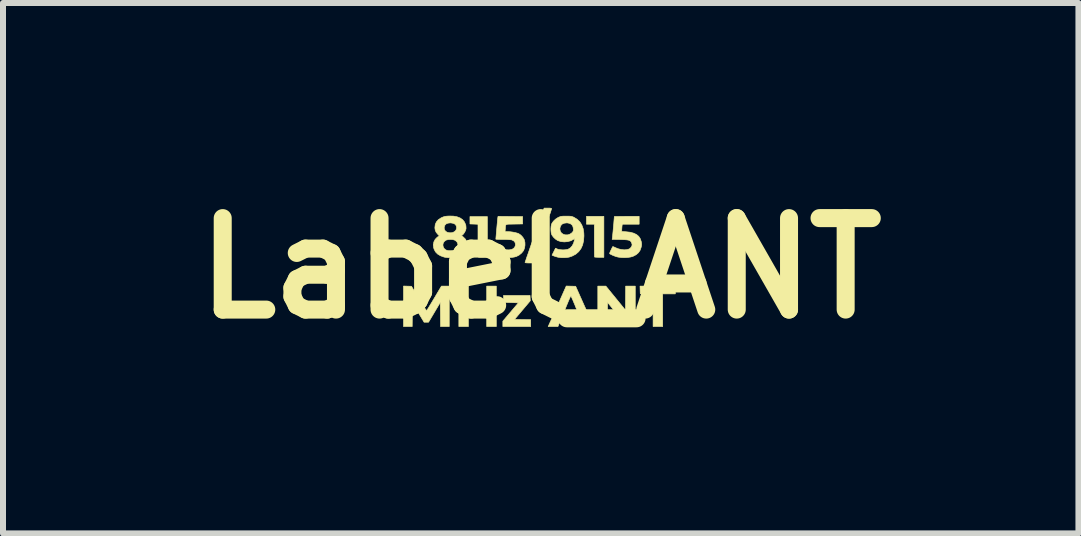
<source format=kicad_pcb>
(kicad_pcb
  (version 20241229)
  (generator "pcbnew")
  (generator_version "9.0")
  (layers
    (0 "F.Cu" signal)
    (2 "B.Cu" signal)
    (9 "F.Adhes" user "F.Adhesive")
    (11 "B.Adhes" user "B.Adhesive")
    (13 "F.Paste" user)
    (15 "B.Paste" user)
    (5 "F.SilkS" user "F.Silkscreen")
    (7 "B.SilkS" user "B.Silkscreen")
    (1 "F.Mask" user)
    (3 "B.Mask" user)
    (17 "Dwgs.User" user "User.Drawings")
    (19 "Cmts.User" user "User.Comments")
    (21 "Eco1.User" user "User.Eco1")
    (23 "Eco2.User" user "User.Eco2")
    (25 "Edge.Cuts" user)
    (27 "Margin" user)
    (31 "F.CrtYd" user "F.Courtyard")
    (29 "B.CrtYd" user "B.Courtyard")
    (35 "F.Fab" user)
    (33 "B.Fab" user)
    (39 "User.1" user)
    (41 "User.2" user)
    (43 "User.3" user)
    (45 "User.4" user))
  (footprint "Label_ANT"
    (layer "F.Cu")
    (at 5.958 1.418)
    (property "Reference" "Label_ANT" (at 0 0 0) (layer "F.SilkS") (effects (font (size 1.524 1.524) (thickness 0.3))))
    (attr through_hole)
    (fp_poly (pts (xy 2.242 0.428) (xy 2.032 0.428) (xy 2.032 0.972) (xy 1.872 0.972) (xy 1.872 0.429) (xy 1.765 0.427) (xy 1.658 0.425) (xy 1.654 0.298) (xy 2.242 0.298) (xy 2.242 0.428)) (stroke (width 0.01) (type solid)) (fill yes) (layer "F.SilkS"))
    (fp_poly (pts (xy -1.205 0.566) (xy -0.9 0.566) (xy -0.9 0.298) (xy -0.74 0.298) (xy -0.74 0.972) (xy -0.9 0.972) (xy -0.9 0.697) (xy -1.205 0.697) (xy -1.205 0.972) (xy -1.364 0.972) (xy -1.364 0.298) (xy -1.205 0.298) (xy -1.205 0.566)) (stroke (width 0.01) (type solid)) (fill yes) (layer "F.SilkS"))
    (fp_poly (pts (xy -0.176 0.498) (xy -0.174 0.543) (xy -0.436 0.853) (xy -0.301 0.855) (xy -0.167 0.857) (xy -0.167 0.972) (xy -0.631 0.972) (xy -0.631 0.927) (xy -0.631 0.882) (xy -0.372 0.577) (xy -0.496 0.573) (xy -0.62 0.57) (xy -0.62 0.454) (xy -0.178 0.454) (xy -0.176 0.498)) (stroke (width 0.01) (type solid)) (fill yes) (layer "F.SilkS"))
    (fp_poly (pts (xy 1.575 0.972) (xy 1.508 0.972) (xy 1.441 0.972) (xy 1.277 0.771) (xy 1.114 0.571) (xy 1.112 0.772) (xy 1.11 0.972) (xy 0.951 0.972) (xy 0.951 0.298) (xy 1.018 0.298) (xy 1.085 0.298) (xy 1.412 0.699) (xy 1.413 0.498) (xy 1.415 0.298) (xy 1.575 0.298) (xy 1.575 0.972)) (stroke (width 0.01) (type solid)) (fill yes) (layer "F.SilkS"))
    (fp_poly (pts (xy 1.052 -0.181) (xy 0.977 -0.181) (xy 0.946 -0.182) (xy 0.92 -0.183) (xy 0.902 -0.185) (xy 0.897 -0.186) (xy 0.896 -0.194) (xy 0.895 -0.215) (xy 0.894 -0.248) (xy 0.894 -0.29) (xy 0.893 -0.339) (xy 0.893 -0.396) (xy 0.893 -0.457) (xy 0.893 -0.462) (xy 0.893 -0.733) (xy 0.762 -0.733) (xy 0.762 -0.864) (xy 1.052 -0.864) (xy 1.052 -0.181)) (stroke (width 0.01) (type solid)) (fill yes) (layer "F.SilkS"))
    (fp_poly (pts (xy -0.889 -0.185) (xy -0.962 -0.183) (xy -0.993 -0.183) (xy -1.019 -0.183) (xy -1.035 -0.185) (xy -1.04 -0.186) (xy -1.041 -0.194) (xy -1.042 -0.215) (xy -1.043 -0.248) (xy -1.044 -0.289) (xy -1.044 -0.339) (xy -1.045 -0.396) (xy -1.045 -0.457) (xy -1.045 -0.462) (xy -1.045 -0.732) (xy -1.112 -0.735) (xy -1.179 -0.737) (xy -1.179 -0.86) (xy -0.889 -0.86) (xy -0.889 -0.185)) (stroke (width 0.01) (type solid)) (fill yes) (layer "F.SilkS"))
    (fp_poly (pts (xy -2.22 0.299) (xy -2.153 0.301) (xy -2.03 0.506) (xy -1.995 0.564) (xy -1.966 0.611) (xy -1.944 0.646) (xy -1.926 0.673) (xy -1.914 0.69) (xy -1.905 0.7) (xy -1.899 0.703) (xy -1.897 0.702) (xy -1.892 0.694) (xy -1.88 0.675) (xy -1.862 0.646) (xy -1.84 0.61) (xy -1.814 0.567) (xy -1.786 0.52) (xy -1.771 0.495) (xy -1.654 0.298) (xy -1.524 0.298) (xy -1.524 0.972) (xy -1.669 0.972) (xy -1.673 0.57) (xy -1.771 0.735) (xy -1.869 0.9) (xy -1.906 0.9) (xy -1.943 0.9) (xy -2.137 0.578) (xy -2.141 0.972) (xy -2.286 0.972) (xy -2.286 0.297) (xy -2.22 0.299)) (stroke (width 0.01) (type solid)) (fill yes) (layer "F.SilkS"))
    (fp_poly (pts (xy 0.151 -1.001) (xy 0.17 -0.999) (xy 0.179 -0.996) (xy 0.181 -0.991) (xy 0.179 -0.983) (xy 0.172 -0.962) (xy 0.162 -0.929) (xy 0.147 -0.887) (xy 0.13 -0.836) (xy 0.109 -0.777) (xy 0.087 -0.712) (xy 0.062 -0.642) (xy 0.036 -0.567) (xy 0.035 -0.565) (xy 0.009 -0.49) (xy -0.016 -0.418) (xy -0.04 -0.351) (xy -0.061 -0.289) (xy -0.08 -0.235) (xy -0.096 -0.19) (xy -0.108 -0.154) (xy -0.117 -0.13) (xy -0.121 -0.118) (xy -0.132 -0.087) (xy -0.197 -0.087) (xy -0.227 -0.088) (xy -0.249 -0.09) (xy -0.26 -0.093) (xy -0.261 -0.094) (xy -0.259 -0.102) (xy -0.252 -0.122) (xy -0.242 -0.153) (xy -0.228 -0.194) (xy -0.211 -0.242) (xy -0.192 -0.297) (xy -0.171 -0.358) (xy -0.149 -0.422) (xy -0.126 -0.488) (xy -0.102 -0.556) (xy -0.079 -0.623) (xy -0.056 -0.689) (xy -0.034 -0.751) (xy -0.014 -0.808) (xy 0.005 -0.86) (xy 0.02 -0.903) (xy 0.033 -0.939) (xy 0.042 -0.963) (xy 0.047 -0.976) (xy 0.047 -0.977) (xy 0.057 -1.001) (xy 0.119 -1.001) (xy 0.151 -1.001)) (stroke (width 0.01) (type solid)) (fill yes) (layer "F.SilkS"))
    (fp_poly (pts (xy 0.503 0.299) (xy 0.582 0.301) (xy 0.726 0.624) (xy 0.755 0.688) (xy 0.782 0.749) (xy 0.807 0.805) (xy 0.829 0.854) (xy 0.847 0.895) (xy 0.861 0.928) (xy 0.871 0.949) (xy 0.875 0.959) (xy 0.875 0.96) (xy 0.876 0.965) (xy 0.873 0.969) (xy 0.863 0.971) (xy 0.844 0.972) (xy 0.814 0.971) (xy 0.798 0.971) (xy 0.716 0.969) (xy 0.658 0.827) (xy 0.344 0.827) (xy 0.287 0.972) (xy 0.205 0.972) (xy 0.124 0.972) (xy 0.149 0.916) (xy 0.158 0.897) (xy 0.172 0.867) (xy 0.189 0.827) (xy 0.211 0.779) (xy 0.235 0.724) (xy 0.244 0.705) (xy 0.399 0.705) (xy 0.406 0.707) (xy 0.425 0.709) (xy 0.453 0.71) (xy 0.488 0.711) (xy 0.504 0.711) (xy 0.61 0.711) (xy 0.598 0.684) (xy 0.591 0.667) (xy 0.58 0.641) (xy 0.567 0.607) (xy 0.551 0.57) (xy 0.546 0.557) (xy 0.531 0.522) (xy 0.518 0.494) (xy 0.508 0.473) (xy 0.502 0.463) (xy 0.5 0.463) (xy 0.496 0.471) (xy 0.487 0.49) (xy 0.475 0.517) (xy 0.461 0.549) (xy 0.447 0.584) (xy 0.432 0.619) (xy 0.419 0.652) (xy 0.409 0.679) (xy 0.401 0.697) (xy 0.399 0.705) (xy 0.244 0.705) (xy 0.261 0.665) (xy 0.289 0.603) (xy 0.3 0.579) (xy 0.425 0.297) (xy 0.503 0.299)) (stroke (width 0.01) (type solid)) (fill yes) (layer "F.SilkS"))
    (fp_poly (pts (xy -0.301 -0.86) (xy -0.301 -0.737) (xy -0.441 -0.735) (xy -0.49 -0.734) (xy -0.526 -0.734) (xy -0.552 -0.732) (xy -0.57 -0.728) (xy -0.58 -0.721) (xy -0.585 -0.709) (xy -0.588 -0.693) (xy -0.589 -0.67) (xy -0.59 -0.655) (xy -0.594 -0.61) (xy -0.549 -0.609) (xy -0.507 -0.607) (xy -0.462 -0.601) (xy -0.419 -0.592) (xy -0.383 -0.582) (xy -0.366 -0.575) (xy -0.33 -0.55) (xy -0.298 -0.515) (xy -0.275 -0.477) (xy -0.272 -0.469) (xy -0.263 -0.429) (xy -0.262 -0.384) (xy -0.269 -0.339) (xy -0.283 -0.3) (xy -0.285 -0.295) (xy -0.318 -0.253) (xy -0.361 -0.218) (xy -0.406 -0.195) (xy -0.44 -0.186) (xy -0.484 -0.179) (xy -0.533 -0.176) (xy -0.582 -0.177) (xy -0.627 -0.18) (xy -0.651 -0.185) (xy -0.694 -0.197) (xy -0.737 -0.213) (xy -0.774 -0.231) (xy -0.782 -0.237) (xy -0.799 -0.247) (xy -0.769 -0.305) (xy -0.755 -0.331) (xy -0.743 -0.35) (xy -0.736 -0.36) (xy -0.734 -0.361) (xy -0.678 -0.335) (xy -0.625 -0.317) (xy -0.574 -0.307) (xy -0.529 -0.305) (xy -0.49 -0.311) (xy -0.458 -0.325) (xy -0.435 -0.347) (xy -0.423 -0.376) (xy -0.421 -0.395) (xy -0.427 -0.427) (xy -0.446 -0.452) (xy -0.477 -0.469) (xy -0.485 -0.472) (xy -0.502 -0.474) (xy -0.529 -0.476) (xy -0.565 -0.478) (xy -0.606 -0.479) (xy -0.63 -0.479) (xy -0.669 -0.479) (xy -0.703 -0.48) (xy -0.729 -0.481) (xy -0.744 -0.483) (xy -0.748 -0.484) (xy -0.747 -0.495) (xy -0.745 -0.518) (xy -0.742 -0.55) (xy -0.739 -0.589) (xy -0.735 -0.633) (xy -0.731 -0.678) (xy -0.727 -0.722) (xy -0.723 -0.764) (xy -0.72 -0.799) (xy -0.717 -0.827) (xy -0.715 -0.844) (xy -0.714 -0.847) (xy -0.711 -0.864) (xy -0.301 -0.86)) (stroke (width 0.01) (type solid)) (fill yes) (layer "F.SilkS"))
    (fp_poly (pts (xy 1.64 -0.733) (xy 1.359 -0.733) (xy 1.354 -0.699) (xy 1.352 -0.672) (xy 1.35 -0.645) (xy 1.35 -0.639) (xy 1.35 -0.612) (xy 1.421 -0.607) (xy 1.492 -0.599) (xy 1.55 -0.583) (xy 1.597 -0.56) (xy 1.633 -0.53) (xy 1.659 -0.49) (xy 1.675 -0.442) (xy 1.677 -0.433) (xy 1.681 -0.402) (xy 1.679 -0.375) (xy 1.673 -0.348) (xy 1.655 -0.297) (xy 1.627 -0.257) (xy 1.588 -0.224) (xy 1.536 -0.197) (xy 1.536 -0.197) (xy 1.496 -0.186) (xy 1.448 -0.179) (xy 1.394 -0.176) (xy 1.34 -0.178) (xy 1.289 -0.185) (xy 1.289 -0.185) (xy 1.26 -0.192) (xy 1.229 -0.203) (xy 1.199 -0.215) (xy 1.174 -0.227) (xy 1.155 -0.237) (xy 1.147 -0.246) (xy 1.147 -0.247) (xy 1.15 -0.255) (xy 1.157 -0.273) (xy 1.168 -0.296) (xy 1.179 -0.32) (xy 1.19 -0.342) (xy 1.198 -0.357) (xy 1.201 -0.361) (xy 1.207 -0.359) (xy 1.224 -0.352) (xy 1.245 -0.342) (xy 1.293 -0.323) (xy 1.343 -0.311) (xy 1.391 -0.306) (xy 1.436 -0.309) (xy 1.472 -0.32) (xy 1.48 -0.324) (xy 1.498 -0.34) (xy 1.513 -0.36) (xy 1.514 -0.362) (xy 1.521 -0.381) (xy 1.522 -0.396) (xy 1.516 -0.417) (xy 1.508 -0.435) (xy 1.498 -0.449) (xy 1.484 -0.46) (xy 1.464 -0.467) (xy 1.436 -0.472) (xy 1.397 -0.475) (xy 1.347 -0.477) (xy 1.323 -0.478) (xy 1.19 -0.48) (xy 1.194 -0.507) (xy 1.195 -0.519) (xy 1.198 -0.543) (xy 1.201 -0.576) (xy 1.205 -0.615) (xy 1.209 -0.659) (xy 1.213 -0.703) (xy 1.217 -0.746) (xy 1.22 -0.786) (xy 1.223 -0.82) (xy 1.225 -0.844) (xy 1.226 -0.858) (xy 1.226 -0.86) (xy 1.233 -0.861) (xy 1.253 -0.862) (xy 1.284 -0.862) (xy 1.323 -0.863) (xy 1.37 -0.863) (xy 1.422 -0.864) (xy 1.433 -0.864) (xy 1.64 -0.864) (xy 1.64 -0.733)) (stroke (width 0.01) (type solid)) (fill yes) (layer "F.SilkS"))
    (fp_poly (pts (xy 0.463 -0.867) (xy 0.491 -0.866) (xy 0.511 -0.863) (xy 0.529 -0.858) (xy 0.547 -0.851) (xy 0.553 -0.848) (xy 0.607 -0.815) (xy 0.651 -0.773) (xy 0.684 -0.721) (xy 0.707 -0.659) (xy 0.718 -0.588) (xy 0.72 -0.537) (xy 0.714 -0.458) (xy 0.698 -0.387) (xy 0.67 -0.326) (xy 0.632 -0.275) (xy 0.583 -0.233) (xy 0.524 -0.202) (xy 0.475 -0.185) (xy 0.434 -0.178) (xy 0.386 -0.175) (xy 0.336 -0.176) (xy 0.292 -0.182) (xy 0.279 -0.185) (xy 0.251 -0.193) (xy 0.224 -0.202) (xy 0.216 -0.205) (xy 0.188 -0.217) (xy 0.218 -0.276) (xy 0.247 -0.334) (xy 0.27 -0.322) (xy 0.296 -0.313) (xy 0.331 -0.308) (xy 0.37 -0.305) (xy 0.408 -0.307) (xy 0.441 -0.312) (xy 0.454 -0.315) (xy 0.492 -0.337) (xy 0.523 -0.371) (xy 0.547 -0.416) (xy 0.563 -0.471) (xy 0.568 -0.496) (xy 0.551 -0.484) (xy 0.504 -0.458) (xy 0.451 -0.443) (xy 0.394 -0.438) (xy 0.338 -0.443) (xy 0.287 -0.459) (xy 0.277 -0.464) (xy 0.245 -0.486) (xy 0.214 -0.515) (xy 0.19 -0.547) (xy 0.184 -0.558) (xy 0.175 -0.585) (xy 0.171 -0.621) (xy 0.17 -0.652) (xy 0.319 -0.652) (xy 0.326 -0.617) (xy 0.344 -0.588) (xy 0.371 -0.568) (xy 0.405 -0.556) (xy 0.444 -0.555) (xy 0.468 -0.56) (xy 0.491 -0.57) (xy 0.515 -0.586) (xy 0.52 -0.591) (xy 0.536 -0.609) (xy 0.543 -0.626) (xy 0.544 -0.65) (xy 0.544 -0.651) (xy 0.538 -0.69) (xy 0.521 -0.721) (xy 0.493 -0.742) (xy 0.455 -0.753) (xy 0.432 -0.755) (xy 0.389 -0.749) (xy 0.356 -0.734) (xy 0.333 -0.708) (xy 0.321 -0.673) (xy 0.319 -0.652) (xy 0.17 -0.652) (xy 0.17 -0.661) (xy 0.173 -0.7) (xy 0.18 -0.732) (xy 0.185 -0.744) (xy 0.211 -0.783) (xy 0.248 -0.818) (xy 0.291 -0.846) (xy 0.296 -0.848) (xy 0.316 -0.856) (xy 0.333 -0.862) (xy 0.352 -0.865) (xy 0.378 -0.867) (xy 0.413 -0.867) (xy 0.425 -0.867) (xy 0.463 -0.867)) (stroke (width 0.01) (type solid)) (fill yes) (layer "F.SilkS"))
    (fp_poly (pts (xy -1.457 -0.868) (xy -1.395 -0.857) (xy -1.343 -0.837) (xy -1.301 -0.808) (xy -1.27 -0.77) (xy -1.251 -0.725) (xy -1.248 -0.716) (xy -1.245 -0.689) (xy -1.244 -0.662) (xy -1.245 -0.654) (xy -1.254 -0.625) (xy -1.269 -0.596) (xy -1.287 -0.57) (xy -1.303 -0.554) (xy -1.32 -0.543) (xy -1.29 -0.52) (xy -1.254 -0.484) (xy -1.231 -0.442) (xy -1.221 -0.394) (xy -1.225 -0.343) (xy -1.226 -0.337) (xy -1.243 -0.294) (xy -1.272 -0.256) (xy -1.312 -0.224) (xy -1.36 -0.198) (xy -1.414 -0.182) (xy -1.453 -0.177) (xy -1.499 -0.175) (xy -1.546 -0.176) (xy -1.588 -0.181) (xy -1.609 -0.185) (xy -1.67 -0.207) (xy -1.718 -0.236) (xy -1.754 -0.273) (xy -1.777 -0.318) (xy -1.785 -0.344) (xy -1.789 -0.387) (xy -1.63 -0.387) (xy -1.624 -0.356) (xy -1.609 -0.328) (xy -1.583 -0.306) (xy -1.572 -0.301) (xy -1.541 -0.293) (xy -1.503 -0.291) (xy -1.465 -0.295) (xy -1.434 -0.305) (xy -1.434 -0.305) (xy -1.405 -0.325) (xy -1.386 -0.352) (xy -1.379 -0.383) (xy -1.383 -0.413) (xy -1.398 -0.441) (xy -1.424 -0.463) (xy -1.432 -0.467) (xy -1.462 -0.476) (xy -1.5 -0.479) (xy -1.539 -0.477) (xy -1.573 -0.469) (xy -1.581 -0.465) (xy -1.608 -0.444) (xy -1.624 -0.417) (xy -1.63 -0.387) (xy -1.789 -0.387) (xy -1.789 -0.393) (xy -1.78 -0.439) (xy -1.758 -0.481) (xy -1.725 -0.515) (xy -1.718 -0.52) (xy -1.69 -0.539) (xy -1.715 -0.565) (xy -1.742 -0.598) (xy -1.757 -0.631) (xy -1.763 -0.668) (xy -1.763 -0.673) (xy -1.609 -0.673) (xy -1.604 -0.643) (xy -1.588 -0.619) (xy -1.563 -0.601) (xy -1.53 -0.591) (xy -1.492 -0.59) (xy -1.465 -0.595) (xy -1.435 -0.61) (xy -1.413 -0.633) (xy -1.402 -0.662) (xy -1.401 -0.674) (xy -1.407 -0.706) (xy -1.425 -0.731) (xy -1.454 -0.747) (xy -1.493 -0.754) (xy -1.506 -0.755) (xy -1.547 -0.75) (xy -1.577 -0.737) (xy -1.597 -0.715) (xy -1.601 -0.706) (xy -1.609 -0.673) (xy -1.763 -0.673) (xy -1.763 -0.68) (xy -1.757 -0.729) (xy -1.738 -0.771) (xy -1.707 -0.807) (xy -1.662 -0.837) (xy -1.644 -0.846) (xy -1.619 -0.856) (xy -1.594 -0.863) (xy -1.565 -0.867) (xy -1.528 -0.869) (xy -1.457 -0.868)) (stroke (width 0.01) (type solid)) (fill yes) (layer "F.SilkS")))
  (gr_rect
    (start -3 -3)
    (end 14.916 5.836)
    (stroke (width 0.1) (type default))
    (fill no)
    (layer "Edge.Cuts")))
</source>
